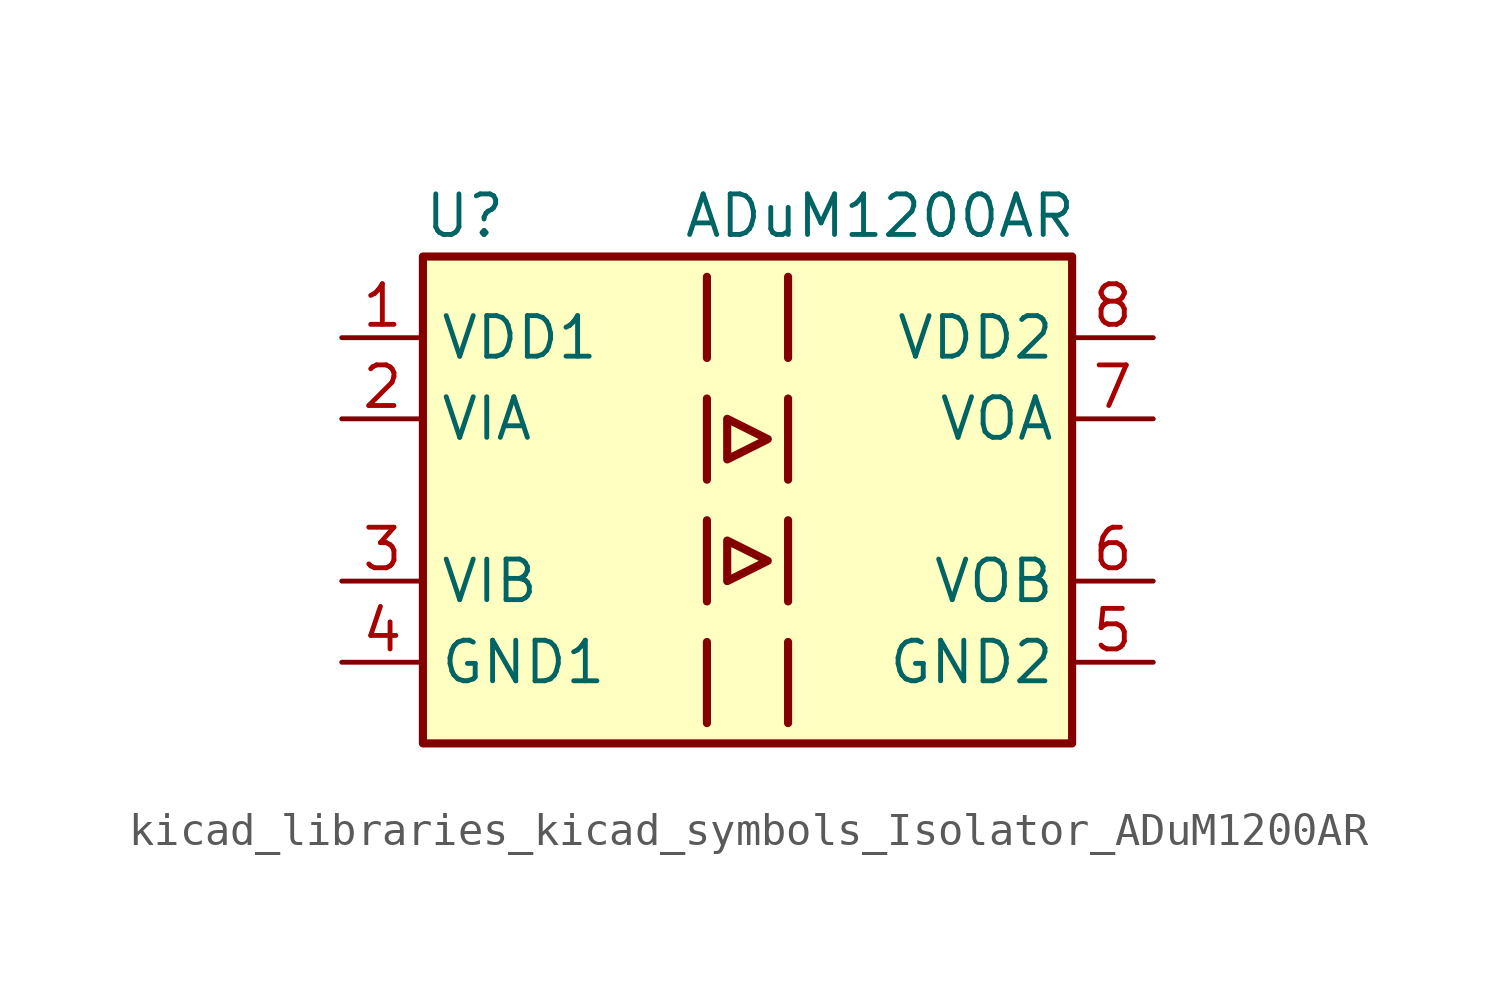
<source format=kicad_sym>
(kicad_symbol_lib
  (version 20220914)
  (generator kicad_symbol_editor)
  (symbol "kicad_libraries_kicad_symbols_Isolator_ADuM1200AR"
    (property "Reference" "U"
      (at -10.16 8.89 0)
      (effects (font (size 1.27 1.27)) (justify left)))
    (property "Value" "ADuM1200AR"
      (at -2.032 8.89 0)
      (effects (font (size 1.27 1.27)) (justify left)))
    (symbol "kicad_libraries_kicad_symbols_Isolator_ADuM1200AR_0_1"
      (rectangle (start -10.16 7.62) (end 10.16 -7.62) (stroke (width 0.254) (type default)) (fill (type background)))
      (polyline (pts (xy -1.27 -4.445) (xy -1.27 -6.985)) (stroke (width 0.254) (type default)) (fill (type none)))
      (polyline (pts (xy -1.27 -0.635) (xy -1.27 -3.175)) (stroke (width 0.254) (type default)) (fill (type none)))
      (polyline (pts (xy -1.27 3.175) (xy -1.27 0.635)) (stroke (width 0.254) (type default)) (fill (type none)))
      (polyline (pts (xy -1.27 6.985) (xy -1.27 4.445)) (stroke (width 0.254) (type default)) (fill (type none)))
      (polyline (pts (xy 1.27 -4.445) (xy 1.27 -6.985)) (stroke (width 0.254) (type default)) (fill (type none)))
      (polyline (pts (xy 1.27 -0.635) (xy 1.27 -3.175)) (stroke (width 0.254) (type default)) (fill (type none)))
      (polyline (pts (xy 1.27 3.175) (xy 1.27 0.635)) (stroke (width 0.254) (type default)) (fill (type none)))
      (polyline (pts (xy 1.27 6.985) (xy 1.27 4.445)) (stroke (width 0.254) (type default)) (fill (type none)))
      (polyline (pts (xy -0.635 -1.27) (xy -0.635 -2.54) (xy 0.635 -1.905) (xy -0.635 -1.27)) (stroke (width 0.254) (type default)) (fill (type none)))
      (polyline (pts (xy -0.635 1.27) (xy 0.635 1.905) (xy -0.635 2.54) (xy -0.635 1.27)) (stroke (width 0.254) (type default)) (fill (type none))))
    (symbol "kicad_libraries_kicad_symbols_Isolator_ADuM1200AR_1_1"
      (pin power_in line (at -12.7 5.08 0) (length 2.54) (name "VDD1" (effects (font (size 1.27 1.27)))) (number "1" (effects (font (size 1.27 1.27)))))
      (pin input line (at -12.7 2.54 0) (length 2.54) (name "VIA" (effects (font (size 1.27 1.27)))) (number "2" (effects (font (size 1.27 1.27)))))
      (pin input line (at -12.7 -2.54 0) (length 2.54) (name "VIB" (effects (font (size 1.27 1.27)))) (number "3" (effects (font (size 1.27 1.27)))))
      (pin power_in line (at -12.7 -5.08 0) (length 2.54) (name "GND1" (effects (font (size 1.27 1.27)))) (number "4" (effects (font (size 1.27 1.27)))))
      (pin power_in line (at 12.7 -5.08 180) (length 2.54) (name "GND2" (effects (font (size 1.27 1.27)))) (number "5" (effects (font (size 1.27 1.27)))))
      (pin output line (at 12.7 -2.54 180) (length 2.54) (name "VOB" (effects (font (size 1.27 1.27)))) (number "6" (effects (font (size 1.27 1.27)))))
      (pin output line (at 12.7 2.54 180) (length 2.54) (name "VOA" (effects (font (size 1.27 1.27)))) (number "7" (effects (font (size 1.27 1.27)))))
      (pin power_in line (at 12.7 5.08 180) (length 2.54) (name "VDD2" (effects (font (size 1.27 1.27)))) (number "8" (effects (font (size 1.27 1.27))))))))
</source>
